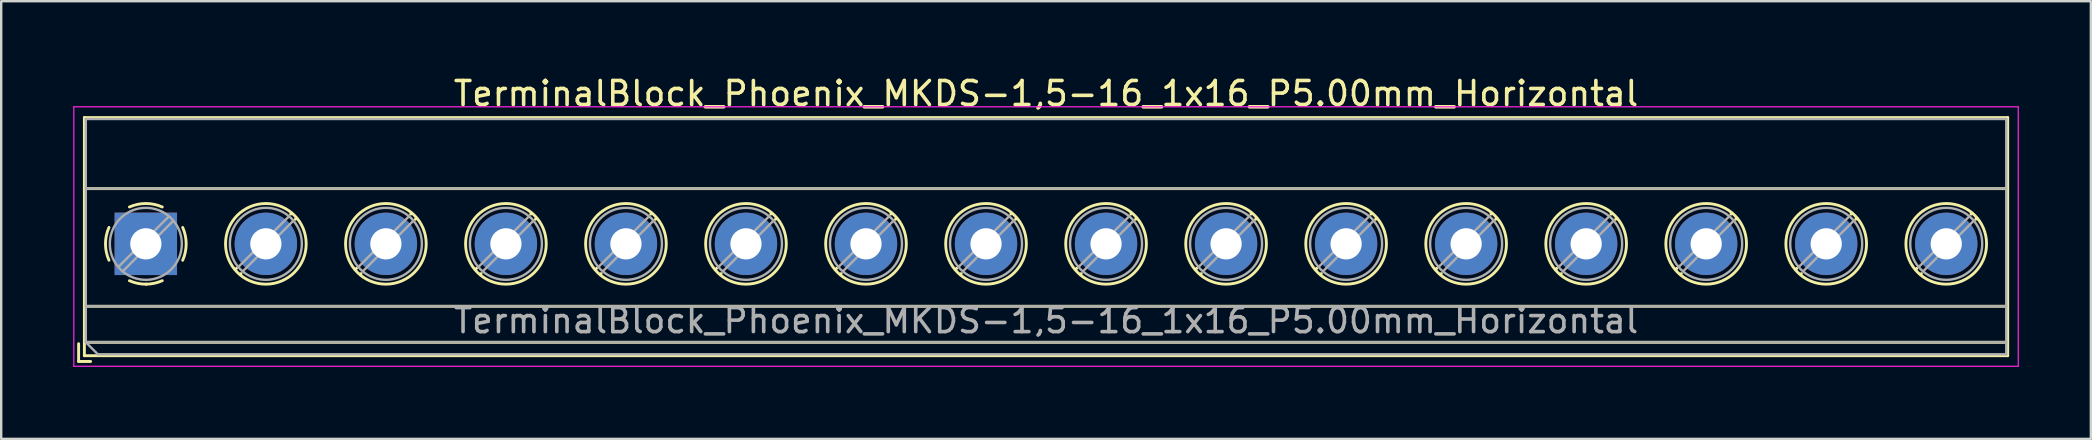
<source format=kicad_pcb>
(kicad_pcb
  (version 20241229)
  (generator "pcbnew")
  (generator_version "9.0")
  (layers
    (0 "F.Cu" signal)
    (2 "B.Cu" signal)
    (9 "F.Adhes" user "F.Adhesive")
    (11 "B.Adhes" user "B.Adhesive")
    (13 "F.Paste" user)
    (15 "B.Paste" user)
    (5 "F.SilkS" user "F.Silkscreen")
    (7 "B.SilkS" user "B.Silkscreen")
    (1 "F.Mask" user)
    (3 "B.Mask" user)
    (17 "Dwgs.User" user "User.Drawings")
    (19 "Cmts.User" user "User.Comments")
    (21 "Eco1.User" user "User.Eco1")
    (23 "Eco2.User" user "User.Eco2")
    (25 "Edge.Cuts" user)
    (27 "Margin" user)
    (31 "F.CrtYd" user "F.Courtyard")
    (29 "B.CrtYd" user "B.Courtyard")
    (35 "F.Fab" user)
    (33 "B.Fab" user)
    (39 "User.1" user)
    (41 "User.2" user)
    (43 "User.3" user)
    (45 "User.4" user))
  (footprint "TerminalBlock_Phoenix_MKDS-1,5-16_1x16_P5.00mm_Horizontal"
    (layer "F.Cu")
    (at 3.025 7.108)
    (property "Reference" "TerminalBlock_Phoenix_MKDS-1,5-16_1x16_P5.00mm_Horizontal" (at 37.5 -6.26 0) (layer "F.SilkS") (effects (font (size 1 1) (thickness 0.15))))
    (attr through_hole)
    (fp_line (start -2.8 4.16) (end -2.8 4.9) (stroke (width 0.12) (type solid)) (layer "F.SilkS"))
    (fp_line (start -2.8 4.9) (end -2.3 4.9) (stroke (width 0.12) (type solid)) (layer "F.SilkS"))
    (fp_line (start -2.56 -5.261) (end -2.56 4.66) (stroke (width 0.12) (type solid)) (layer "F.SilkS"))
    (fp_line (start -2.56 -5.261) (end 77.56 -5.261) (stroke (width 0.12) (type solid)) (layer "F.SilkS"))
    (fp_line (start -2.56 -2.301) (end 77.56 -2.301) (stroke (width 0.12) (type solid)) (layer "F.SilkS"))
    (fp_line (start -2.56 2.6) (end 77.56 2.6) (stroke (width 0.12) (type solid)) (layer "F.SilkS"))
    (fp_line (start -2.56 4.1) (end 77.56 4.1) (stroke (width 0.12) (type solid)) (layer "F.SilkS"))
    (fp_line (start -2.56 4.66) (end 77.56 4.66) (stroke (width 0.12) (type solid)) (layer "F.SilkS"))
    (fp_line (start 3.773 1.023) (end 3.726 1.069) (stroke (width 0.12) (type solid)) (layer "F.SilkS"))
    (fp_line (start 3.966 1.239) (end 3.931 1.274) (stroke (width 0.12) (type solid)) (layer "F.SilkS"))
    (fp_line (start 6.07 -1.275) (end 6.035 -1.239) (stroke (width 0.12) (type solid)) (layer "F.SilkS"))
    (fp_line (start 6.275 -1.069) (end 6.228 -1.023) (stroke (width 0.12) (type solid)) (layer "F.SilkS"))
    (fp_line (start 8.773 1.023) (end 8.726 1.069) (stroke (width 0.12) (type solid)) (layer "F.SilkS"))
    (fp_line (start 8.966 1.239) (end 8.931 1.274) (stroke (width 0.12) (type solid)) (layer "F.SilkS"))
    (fp_line (start 11.07 -1.275) (end 11.035 -1.239) (stroke (width 0.12) (type solid)) (layer "F.SilkS"))
    (fp_line (start 11.275 -1.069) (end 11.228 -1.023) (stroke (width 0.12) (type solid)) (layer "F.SilkS"))
    (fp_line (start 13.773 1.023) (end 13.726 1.069) (stroke (width 0.12) (type solid)) (layer "F.SilkS"))
    (fp_line (start 13.966 1.239) (end 13.931 1.274) (stroke (width 0.12) (type solid)) (layer "F.SilkS"))
    (fp_line (start 16.07 -1.275) (end 16.035 -1.239) (stroke (width 0.12) (type solid)) (layer "F.SilkS"))
    (fp_line (start 16.275 -1.069) (end 16.228 -1.023) (stroke (width 0.12) (type solid)) (layer "F.SilkS"))
    (fp_line (start 18.773 1.023) (end 18.726 1.069) (stroke (width 0.12) (type solid)) (layer "F.SilkS"))
    (fp_line (start 18.966 1.239) (end 18.931 1.274) (stroke (width 0.12) (type solid)) (layer "F.SilkS"))
    (fp_line (start 21.07 -1.275) (end 21.035 -1.239) (stroke (width 0.12) (type solid)) (layer "F.SilkS"))
    (fp_line (start 21.275 -1.069) (end 21.228 -1.023) (stroke (width 0.12) (type solid)) (layer "F.SilkS"))
    (fp_line (start 23.773 1.023) (end 23.726 1.069) (stroke (width 0.12) (type solid)) (layer "F.SilkS"))
    (fp_line (start 23.966 1.239) (end 23.931 1.274) (stroke (width 0.12) (type solid)) (layer "F.SilkS"))
    (fp_line (start 26.07 -1.275) (end 26.035 -1.239) (stroke (width 0.12) (type solid)) (layer "F.SilkS"))
    (fp_line (start 26.275 -1.069) (end 26.228 -1.023) (stroke (width 0.12) (type solid)) (layer "F.SilkS"))
    (fp_line (start 28.773 1.023) (end 28.726 1.069) (stroke (width 0.12) (type solid)) (layer "F.SilkS"))
    (fp_line (start 28.966 1.239) (end 28.931 1.274) (stroke (width 0.12) (type solid)) (layer "F.SilkS"))
    (fp_line (start 31.07 -1.275) (end 31.035 -1.239) (stroke (width 0.12) (type solid)) (layer "F.SilkS"))
    (fp_line (start 31.275 -1.069) (end 31.228 -1.023) (stroke (width 0.12) (type solid)) (layer "F.SilkS"))
    (fp_line (start 33.773 1.023) (end 33.726 1.069) (stroke (width 0.12) (type solid)) (layer "F.SilkS"))
    (fp_line (start 33.966 1.239) (end 33.931 1.274) (stroke (width 0.12) (type solid)) (layer "F.SilkS"))
    (fp_line (start 36.07 -1.275) (end 36.035 -1.239) (stroke (width 0.12) (type solid)) (layer "F.SilkS"))
    (fp_line (start 36.275 -1.069) (end 36.228 -1.023) (stroke (width 0.12) (type solid)) (layer "F.SilkS"))
    (fp_line (start 38.773 1.023) (end 38.726 1.069) (stroke (width 0.12) (type solid)) (layer "F.SilkS"))
    (fp_line (start 38.966 1.239) (end 38.931 1.274) (stroke (width 0.12) (type solid)) (layer "F.SilkS"))
    (fp_line (start 41.07 -1.275) (end 41.035 -1.239) (stroke (width 0.12) (type solid)) (layer "F.SilkS"))
    (fp_line (start 41.275 -1.069) (end 41.228 -1.023) (stroke (width 0.12) (type solid)) (layer "F.SilkS"))
    (fp_line (start 43.773 1.023) (end 43.726 1.069) (stroke (width 0.12) (type solid)) (layer "F.SilkS"))
    (fp_line (start 43.966 1.239) (end 43.931 1.274) (stroke (width 0.12) (type solid)) (layer "F.SilkS"))
    (fp_line (start 46.07 -1.275) (end 46.035 -1.239) (stroke (width 0.12) (type solid)) (layer "F.SilkS"))
    (fp_line (start 46.275 -1.069) (end 46.228 -1.023) (stroke (width 0.12) (type solid)) (layer "F.SilkS"))
    (fp_line (start 48.773 1.023) (end 48.726 1.069) (stroke (width 0.12) (type solid)) (layer "F.SilkS"))
    (fp_line (start 48.966 1.239) (end 48.931 1.274) (stroke (width 0.12) (type solid)) (layer "F.SilkS"))
    (fp_line (start 51.07 -1.275) (end 51.035 -1.239) (stroke (width 0.12) (type solid)) (layer "F.SilkS"))
    (fp_line (start 51.275 -1.069) (end 51.228 -1.023) (stroke (width 0.12) (type solid)) (layer "F.SilkS"))
    (fp_line (start 53.773 1.023) (end 53.726 1.069) (stroke (width 0.12) (type solid)) (layer "F.SilkS"))
    (fp_line (start 53.966 1.239) (end 53.931 1.274) (stroke (width 0.12) (type solid)) (layer "F.SilkS"))
    (fp_line (start 56.07 -1.275) (end 56.035 -1.239) (stroke (width 0.12) (type solid)) (layer "F.SilkS"))
    (fp_line (start 56.275 -1.069) (end 56.228 -1.023) (stroke (width 0.12) (type solid)) (layer "F.SilkS"))
    (fp_line (start 58.773 1.023) (end 58.726 1.069) (stroke (width 0.12) (type solid)) (layer "F.SilkS"))
    (fp_line (start 58.966 1.239) (end 58.931 1.274) (stroke (width 0.12) (type solid)) (layer "F.SilkS"))
    (fp_line (start 61.07 -1.275) (end 61.035 -1.239) (stroke (width 0.12) (type solid)) (layer "F.SilkS"))
    (fp_line (start 61.275 -1.069) (end 61.228 -1.023) (stroke (width 0.12) (type solid)) (layer "F.SilkS"))
    (fp_line (start 63.773 1.023) (end 63.726 1.069) (stroke (width 0.12) (type solid)) (layer "F.SilkS"))
    (fp_line (start 63.966 1.239) (end 63.931 1.274) (stroke (width 0.12) (type solid)) (layer "F.SilkS"))
    (fp_line (start 66.07 -1.275) (end 66.035 -1.239) (stroke (width 0.12) (type solid)) (layer "F.SilkS"))
    (fp_line (start 66.275 -1.069) (end 66.228 -1.023) (stroke (width 0.12) (type solid)) (layer "F.SilkS"))
    (fp_line (start 68.773 1.023) (end 68.726 1.069) (stroke (width 0.12) (type solid)) (layer "F.SilkS"))
    (fp_line (start 68.966 1.239) (end 68.931 1.274) (stroke (width 0.12) (type solid)) (layer "F.SilkS"))
    (fp_line (start 71.07 -1.275) (end 71.035 -1.239) (stroke (width 0.12) (type solid)) (layer "F.SilkS"))
    (fp_line (start 71.275 -1.069) (end 71.228 -1.023) (stroke (width 0.12) (type solid)) (layer "F.SilkS"))
    (fp_line (start 73.773 1.023) (end 73.726 1.069) (stroke (width 0.12) (type solid)) (layer "F.SilkS"))
    (fp_line (start 73.966 1.239) (end 73.931 1.274) (stroke (width 0.12) (type solid)) (layer "F.SilkS"))
    (fp_line (start 76.07 -1.275) (end 76.035 -1.239) (stroke (width 0.12) (type solid)) (layer "F.SilkS"))
    (fp_line (start 76.275 -1.069) (end 76.228 -1.023) (stroke (width 0.12) (type solid)) (layer "F.SilkS"))
    (fp_line (start 77.56 -5.261) (end 77.56 4.66) (stroke (width 0.12) (type solid)) (layer "F.SilkS"))
    (fp_arc (start -1.535427 0.683042) (mid -1.680501 -0.000524) (end -1.535 -0.684) (stroke (width 0.12) (type solid)) (layer "F.SilkS"))
    (fp_arc (start -0.683042 -1.535427) (mid 0.000524 -1.680501) (end 0.684 -1.535) (stroke (width 0.12) (type solid)) (layer "F.SilkS"))
    (fp_arc (start 0.028805 1.680253) (mid -0.335551 1.646659) (end -0.684 1.535) (stroke (width 0.12) (type solid)) (layer "F.SilkS"))
    (fp_arc (start 0.683318 1.534756) (mid 0.349292 1.643288) (end 0 1.68) (stroke (width 0.12) (type solid)) (layer "F.SilkS"))
    (fp_arc (start 1.535427 -0.683042) (mid 1.680501 0.000524) (end 1.535 0.684) (stroke (width 0.12) (type solid)) (layer "F.SilkS"))
    (fp_circle (center 5 0) (end 6.68 0) (stroke (width 0.12) (type solid)) (fill no) (layer "F.SilkS"))
    (fp_circle (center 10 0) (end 11.68 0) (stroke (width 0.12) (type solid)) (fill no) (layer "F.SilkS"))
    (fp_circle (center 15 0) (end 16.68 0) (stroke (width 0.12) (type solid)) (fill no) (layer "F.SilkS"))
    (fp_circle (center 20 0) (end 21.68 0) (stroke (width 0.12) (type solid)) (fill no) (layer "F.SilkS"))
    (fp_circle (center 25 0) (end 26.68 0) (stroke (width 0.12) (type solid)) (fill no) (layer "F.SilkS"))
    (fp_circle (center 30 0) (end 31.68 0) (stroke (width 0.12) (type solid)) (fill no) (layer "F.SilkS"))
    (fp_circle (center 35 0) (end 36.68 0) (stroke (width 0.12) (type solid)) (fill no) (layer "F.SilkS"))
    (fp_circle (center 40 0) (end 41.68 0) (stroke (width 0.12) (type solid)) (fill no) (layer "F.SilkS"))
    (fp_circle (center 45 0) (end 46.68 0) (stroke (width 0.12) (type solid)) (fill no) (layer "F.SilkS"))
    (fp_circle (center 50 0) (end 51.68 0) (stroke (width 0.12) (type solid)) (fill no) (layer "F.SilkS"))
    (fp_circle (center 55 0) (end 56.68 0) (stroke (width 0.12) (type solid)) (fill no) (layer "F.SilkS"))
    (fp_circle (center 60 0) (end 61.68 0) (stroke (width 0.12) (type solid)) (fill no) (layer "F.SilkS"))
    (fp_circle (center 65 0) (end 66.68 0) (stroke (width 0.12) (type solid)) (fill no) (layer "F.SilkS"))
    (fp_circle (center 70 0) (end 71.68 0) (stroke (width 0.12) (type solid)) (fill no) (layer "F.SilkS"))
    (fp_circle (center 75 0) (end 76.68 0) (stroke (width 0.12) (type solid)) (fill no) (layer "F.SilkS"))
    (fp_line (start -3 -5.71) (end -3 5.1) (stroke (width 0.05) (type solid)) (layer "F.CrtYd"))
    (fp_line (start -3 5.1) (end 78 5.1) (stroke (width 0.05) (type solid)) (layer "F.CrtYd"))
    (fp_line (start 78 -5.71) (end -3 -5.71) (stroke (width 0.05) (type solid)) (layer "F.CrtYd"))
    (fp_line (start 78 5.1) (end 78 -5.71) (stroke (width 0.05) (type solid)) (layer "F.CrtYd"))
    (fp_line (start -2.5 -5.2) (end 77.5 -5.2) (stroke (width 0.1) (type solid)) (layer "F.Fab"))
    (fp_line (start -2.5 -2.3) (end 77.5 -2.3) (stroke (width 0.1) (type solid)) (layer "F.Fab"))
    (fp_line (start -2.5 2.6) (end 77.5 2.6) (stroke (width 0.1) (type solid)) (layer "F.Fab"))
    (fp_line (start -2.5 4.1) (end -2.5 -5.2) (stroke (width 0.1) (type solid)) (layer "F.Fab"))
    (fp_line (start -2.5 4.1) (end 77.5 4.1) (stroke (width 0.1) (type solid)) (layer "F.Fab"))
    (fp_line (start -2 4.6) (end -2.5 4.1) (stroke (width 0.1) (type solid)) (layer "F.Fab"))
    (fp_line (start 0.955 -1.138) (end -1.138 0.955) (stroke (width 0.1) (type solid)) (layer "F.Fab"))
    (fp_line (start 1.138 -0.955) (end -0.955 1.138) (stroke (width 0.1) (type solid)) (layer "F.Fab"))
    (fp_line (start 5.955 -1.138) (end 3.863 0.955) (stroke (width 0.1) (type solid)) (layer "F.Fab"))
    (fp_line (start 6.138 -0.955) (end 4.046 1.138) (stroke (width 0.1) (type solid)) (layer "F.Fab"))
    (fp_line (start 10.955 -1.138) (end 8.863 0.955) (stroke (width 0.1) (type solid)) (layer "F.Fab"))
    (fp_line (start 11.138 -0.955) (end 9.046 1.138) (stroke (width 0.1) (type solid)) (layer "F.Fab"))
    (fp_line (start 15.955 -1.138) (end 13.863 0.955) (stroke (width 0.1) (type solid)) (layer "F.Fab"))
    (fp_line (start 16.138 -0.955) (end 14.046 1.138) (stroke (width 0.1) (type solid)) (layer "F.Fab"))
    (fp_line (start 20.955 -1.138) (end 18.863 0.955) (stroke (width 0.1) (type solid)) (layer "F.Fab"))
    (fp_line (start 21.138 -0.955) (end 19.046 1.138) (stroke (width 0.1) (type solid)) (layer "F.Fab"))
    (fp_line (start 25.955 -1.138) (end 23.863 0.955) (stroke (width 0.1) (type solid)) (layer "F.Fab"))
    (fp_line (start 26.138 -0.955) (end 24.046 1.138) (stroke (width 0.1) (type solid)) (layer "F.Fab"))
    (fp_line (start 30.955 -1.138) (end 28.863 0.955) (stroke (width 0.1) (type solid)) (layer "F.Fab"))
    (fp_line (start 31.138 -0.955) (end 29.046 1.138) (stroke (width 0.1) (type solid)) (layer "F.Fab"))
    (fp_line (start 35.955 -1.138) (end 33.863 0.955) (stroke (width 0.1) (type solid)) (layer "F.Fab"))
    (fp_line (start 36.138 -0.955) (end 34.046 1.138) (stroke (width 0.1) (type solid)) (layer "F.Fab"))
    (fp_line (start 40.955 -1.138) (end 38.863 0.955) (stroke (width 0.1) (type solid)) (layer "F.Fab"))
    (fp_line (start 41.138 -0.955) (end 39.046 1.138) (stroke (width 0.1) (type solid)) (layer "F.Fab"))
    (fp_line (start 45.955 -1.138) (end 43.863 0.955) (stroke (width 0.1) (type solid)) (layer "F.Fab"))
    (fp_line (start 46.138 -0.955) (end 44.046 1.138) (stroke (width 0.1) (type solid)) (layer "F.Fab"))
    (fp_line (start 50.955 -1.138) (end 48.863 0.955) (stroke (width 0.1) (type solid)) (layer "F.Fab"))
    (fp_line (start 51.138 -0.955) (end 49.046 1.138) (stroke (width 0.1) (type solid)) (layer "F.Fab"))
    (fp_line (start 55.955 -1.138) (end 53.863 0.955) (stroke (width 0.1) (type solid)) (layer "F.Fab"))
    (fp_line (start 56.138 -0.955) (end 54.046 1.138) (stroke (width 0.1) (type solid)) (layer "F.Fab"))
    (fp_line (start 60.955 -1.138) (end 58.863 0.955) (stroke (width 0.1) (type solid)) (layer "F.Fab"))
    (fp_line (start 61.138 -0.955) (end 59.046 1.138) (stroke (width 0.1) (type solid)) (layer "F.Fab"))
    (fp_line (start 65.955 -1.138) (end 63.863 0.955) (stroke (width 0.1) (type solid)) (layer "F.Fab"))
    (fp_line (start 66.138 -0.955) (end 64.046 1.138) (stroke (width 0.1) (type solid)) (layer "F.Fab"))
    (fp_line (start 70.955 -1.138) (end 68.863 0.955) (stroke (width 0.1) (type solid)) (layer "F.Fab"))
    (fp_line (start 71.138 -0.955) (end 69.046 1.138) (stroke (width 0.1) (type solid)) (layer "F.Fab"))
    (fp_line (start 75.955 -1.138) (end 73.863 0.955) (stroke (width 0.1) (type solid)) (layer "F.Fab"))
    (fp_line (start 76.138 -0.955) (end 74.046 1.138) (stroke (width 0.1) (type solid)) (layer "F.Fab"))
    (fp_line (start 77.5 -5.2) (end 77.5 4.6) (stroke (width 0.1) (type solid)) (layer "F.Fab"))
    (fp_line (start 77.5 4.6) (end -2 4.6) (stroke (width 0.1) (type solid)) (layer "F.Fab"))
    (fp_circle (center 0 0) (end 1.5 0) (stroke (width 0.1) (type solid)) (fill no) (layer "F.Fab"))
    (fp_circle (center 5 0) (end 6.5 0) (stroke (width 0.1) (type solid)) (fill no) (layer "F.Fab"))
    (fp_circle (center 10 0) (end 11.5 0) (stroke (width 0.1) (type solid)) (fill no) (layer "F.Fab"))
    (fp_circle (center 15 0) (end 16.5 0) (stroke (width 0.1) (type solid)) (fill no) (layer "F.Fab"))
    (fp_circle (center 20 0) (end 21.5 0) (stroke (width 0.1) (type solid)) (fill no) (layer "F.Fab"))
    (fp_circle (center 25 0) (end 26.5 0) (stroke (width 0.1) (type solid)) (fill no) (layer "F.Fab"))
    (fp_circle (center 30 0) (end 31.5 0) (stroke (width 0.1) (type solid)) (fill no) (layer "F.Fab"))
    (fp_circle (center 35 0) (end 36.5 0) (stroke (width 0.1) (type solid)) (fill no) (layer "F.Fab"))
    (fp_circle (center 40 0) (end 41.5 0) (stroke (width 0.1) (type solid)) (fill no) (layer "F.Fab"))
    (fp_circle (center 45 0) (end 46.5 0) (stroke (width 0.1) (type solid)) (fill no) (layer "F.Fab"))
    (fp_circle (center 50 0) (end 51.5 0) (stroke (width 0.1) (type solid)) (fill no) (layer "F.Fab"))
    (fp_circle (center 55 0) (end 56.5 0) (stroke (width 0.1) (type solid)) (fill no) (layer "F.Fab"))
    (fp_circle (center 60 0) (end 61.5 0) (stroke (width 0.1) (type solid)) (fill no) (layer "F.Fab"))
    (fp_circle (center 65 0) (end 66.5 0) (stroke (width 0.1) (type solid)) (fill no) (layer "F.Fab"))
    (fp_circle (center 70 0) (end 71.5 0) (stroke (width 0.1) (type solid)) (fill no) (layer "F.Fab"))
    (fp_circle (center 75 0) (end 76.5 0) (stroke (width 0.1) (type solid)) (fill no) (layer "F.Fab"))
    (fp_text user "${REFERENCE}" (at 37.5 3.2 0) (layer "F.Fab") (effects (font (size 1 1) (thickness 0.15))))
    (pad "1" thru_hole rect (at 0 0) (size 2.6 2.6) (drill 1.3) (layers "*.Cu" "*.Mask"))
    (pad "2" thru_hole circle (at 5 0) (size 2.6 2.6) (drill 1.3) (layers "*.Cu" "*.Mask"))
    (pad "3" thru_hole circle (at 10 0) (size 2.6 2.6) (drill 1.3) (layers "*.Cu" "*.Mask"))
    (pad "4" thru_hole circle (at 15 0) (size 2.6 2.6) (drill 1.3) (layers "*.Cu" "*.Mask"))
    (pad "5" thru_hole circle (at 20 0) (size 2.6 2.6) (drill 1.3) (layers "*.Cu" "*.Mask"))
    (pad "6" thru_hole circle (at 25 0) (size 2.6 2.6) (drill 1.3) (layers "*.Cu" "*.Mask"))
    (pad "7" thru_hole circle (at 30 0) (size 2.6 2.6) (drill 1.3) (layers "*.Cu" "*.Mask"))
    (pad "8" thru_hole circle (at 35 0) (size 2.6 2.6) (drill 1.3) (layers "*.Cu" "*.Mask"))
    (pad "9" thru_hole circle (at 40 0) (size 2.6 2.6) (drill 1.3) (layers "*.Cu" "*.Mask"))
    (pad "10" thru_hole circle (at 45 0) (size 2.6 2.6) (drill 1.3) (layers "*.Cu" "*.Mask"))
    (pad "11" thru_hole circle (at 50 0) (size 2.6 2.6) (drill 1.3) (layers "*.Cu" "*.Mask"))
    (pad "12" thru_hole circle (at 55 0) (size 2.6 2.6) (drill 1.3) (layers "*.Cu" "*.Mask"))
    (pad "13" thru_hole circle (at 60 0) (size 2.6 2.6) (drill 1.3) (layers "*.Cu" "*.Mask"))
    (pad "14" thru_hole circle (at 65 0) (size 2.6 2.6) (drill 1.3) (layers "*.Cu" "*.Mask"))
    (pad "15" thru_hole circle (at 70 0) (size 2.6 2.6) (drill 1.3) (layers "*.Cu" "*.Mask"))
    (pad "16" thru_hole circle (at 75 0) (size 2.6 2.6) (drill 1.3) (layers "*.Cu" "*.Mask")))
  (gr_rect
    (start -3 -3)
    (end 84.05 15.233)
    (stroke (width 0.1) (type default))
    (fill no)
    (layer "Edge.Cuts")))
</source>
